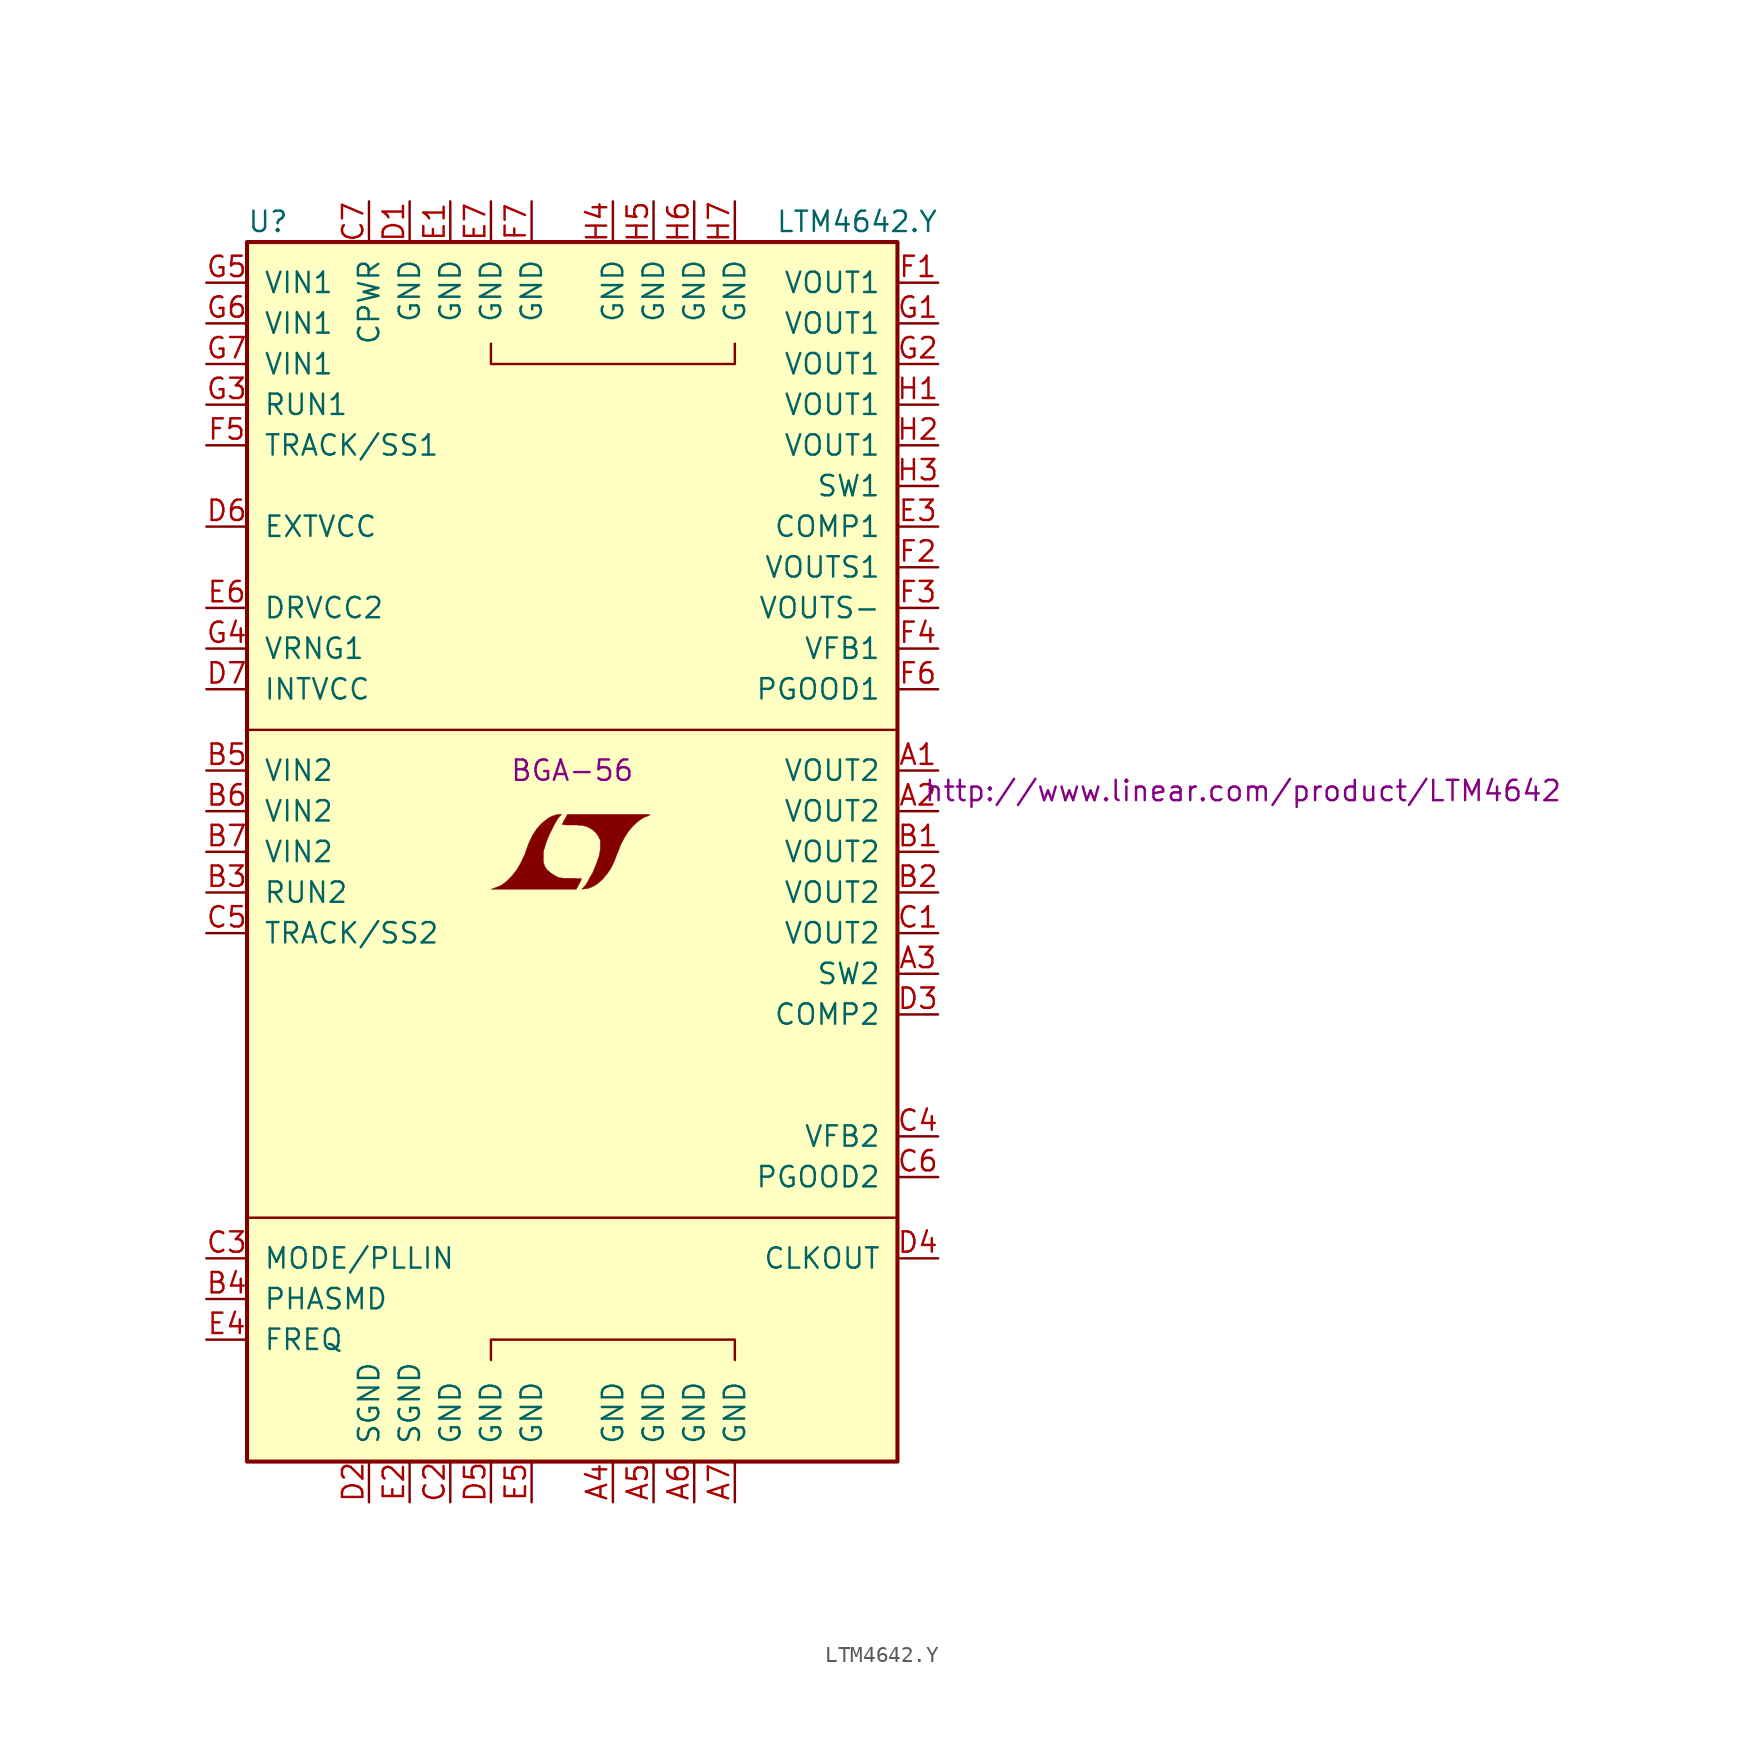
<source format=kicad_sym>
(kicad_symbol_lib
  (version 20201005)
  (generator kicad_symbol_editor)
  (symbol "LTM4642.Y"
    (pin_names
      (offset 1.016))
    (property "Reference" "U"
      (at -20.32 39.37 0)
      (effects (font (size 1.27 1.27)) (justify left)))
    (property "Value" "LTM4642.Y"
      (at 12.7 39.37 0)
      (effects (font (size 1.27 1.27)) (justify left)))
    (property "Footprint" "BGA-56"
      (at 0 5.08 0)
      (effects (font (size 1.27 1.27))))
    (property "Datasheet" "http://www.linear.com/product/LTM4642"
      (at 41.91 3.81 0)
      (effects (font (size 1.27 1.27))))
    (symbol "LTM4642.Y_0_0"
      (polyline (pts (xy 0.432 -2.007) (xy 0.457 -1.956) (xy 0.533 -1.829) (xy 0.559 -1.727) (xy 0.584 -1.676) (xy 0.305 -1.676) (xy 0.127 -1.651) (xy -0.559 -1.651) (xy -0.686 -1.626) (xy -0.787 -1.626) (xy -0.864 -1.6) (xy -1.067 -1.499) (xy -1.346 -1.321) (xy -1.575 -1.118) (xy -1.727 -0.889) (xy -1.753 -0.787) (xy -1.803 -0.66) (xy -1.803 -0.051) (xy -1.778 0.102) (xy -1.727 0.254) (xy -1.676 0.457) (xy -1.626 0.584) (xy -1.524 0.864) (xy -1.397 1.143) (xy -1.143 1.651) (xy -1.016 1.88) (xy -0.914 2.057) (xy -0.813 2.184) (xy -0.66 2.337) (xy -0.838 2.337) (xy -1.016 2.311) (xy -1.245 2.235) (xy -1.448 2.134) (xy -1.626 2.007) (xy -1.88 1.803) (xy -2.21 1.448) (xy -2.489 1.016) (xy -2.718 0.533) (xy -2.921 -0.025) (xy -2.946 -0.127) (xy -3.048 -0.33) (xy -3.15 -0.559) (xy -3.251 -0.762) (xy -3.48 -1.143) (xy -3.785 -1.524) (xy -4.089 -1.829) (xy -4.42 -2.083) (xy -4.775 -2.235) (xy -5.08 -2.337) (xy 0.254 -2.337) (xy 0.432 -2.007)) (stroke (width 0.025)) (fill (type outline)))
      (polyline (pts (xy 0.813 -2.311) (xy 0.991 -2.286) (xy 1.321 -2.159) (xy 1.626 -1.956) (xy 1.905 -1.702) (xy 2.184 -1.372) (xy 2.438 -0.991) (xy 2.642 -0.559) (xy 2.819 -0.076) (xy 2.845 -0.051) (xy 3.023 0.432) (xy 3.251 0.864) (xy 3.505 1.27) (xy 3.81 1.626) (xy 4.115 1.905) (xy 4.445 2.134) (xy 4.775 2.261) (xy 4.775 2.286) (xy 4.826 2.286) (xy 4.851 2.311) (xy 4.826 2.337) (xy -0.305 2.337) (xy -0.457 2.032) (xy -0.508 1.981) (xy -0.559 1.854) (xy -0.635 1.702) (xy -0.559 1.702) (xy -0.432 1.676) (xy 0.305 1.676) (xy 0.483 1.651) (xy 0.61 1.651) (xy 0.711 1.626) (xy 0.838 1.6) (xy 0.965 1.549) (xy 1.245 1.397) (xy 1.473 1.194) (xy 1.651 0.94) (xy 1.676 0.864) (xy 1.727 0.787) (xy 1.753 0.66) (xy 1.753 0.152) (xy 1.727 0) (xy 1.702 -0.127) (xy 1.676 -0.279) (xy 1.6 -0.483) (xy 1.524 -0.711) (xy 1.27 -1.321) (xy 1.118 -1.575) (xy 0.991 -1.829) (xy 0.864 -2.032) (xy 0.762 -2.159) (xy 0.584 -2.337) (xy 0.813 -2.311)) (stroke (width 0.025)) (fill (type outline))))
    (symbol "LTM4642.Y_0_1"
      (rectangle (start -20.32 38.1) (end 20.32 -38.1) (stroke (width 0.254)) (fill (type background)))
      (polyline (pts (xy -20.32 -22.86) (xy 20.32 -22.86)) (stroke (width 0)) (fill (type none)))
      (polyline (pts (xy -20.32 7.62) (xy 20.32 7.62)) (stroke (width 0)) (fill (type none)))
      (polyline (pts (xy -5.08 -31.75) (xy -5.08 -30.48) (xy 10.16 -30.48) (xy 10.16 -31.75)) (stroke (width 0)) (fill (type none)))
      (polyline (pts (xy -5.08 31.75) (xy -5.08 30.48) (xy 10.16 30.48) (xy 10.16 31.75)) (stroke (width 0)) (fill (type none))))
    (symbol "LTM4642.Y_1_1"
      (pin power_out line (at 22.86 5.08 180) (length 2.54) (name "VOUT2" (effects (font (size 1.27 1.27)))) (number "A1" (effects (font (size 1.27 1.27)))))
      (pin power_out line (at 22.86 2.54 180) (length 2.54) (name "VOUT2" (effects (font (size 1.27 1.27)))) (number "A2" (effects (font (size 1.27 1.27)))))
      (pin passive line (at 22.86 -7.62 180) (length 2.54) (name "SW2" (effects (font (size 1.27 1.27)))) (number "A3" (effects (font (size 1.27 1.27)))))
      (pin power_in line (at 2.54 -40.64 90) (length 2.54) (name "GND" (effects (font (size 1.27 1.27)))) (number "A4" (effects (font (size 1.27 1.27)))))
      (pin power_in line (at 5.08 -40.64 90) (length 2.54) (name "GND" (effects (font (size 1.27 1.27)))) (number "A5" (effects (font (size 1.27 1.27)))))
      (pin power_in line (at 7.62 -40.64 90) (length 2.54) (name "GND" (effects (font (size 1.27 1.27)))) (number "A6" (effects (font (size 1.27 1.27)))))
      (pin power_in line (at 10.16 -40.64 90) (length 2.54) (name "GND" (effects (font (size 1.27 1.27)))) (number "A7" (effects (font (size 1.27 1.27)))))
      (pin power_out line (at 22.86 0 180) (length 2.54) (name "VOUT2" (effects (font (size 1.27 1.27)))) (number "B1" (effects (font (size 1.27 1.27)))))
      (pin power_out line (at 22.86 -2.54 180) (length 2.54) (name "VOUT2" (effects (font (size 1.27 1.27)))) (number "B2" (effects (font (size 1.27 1.27)))))
      (pin input line (at -22.86 -2.54 0) (length 2.54) (name "RUN2" (effects (font (size 1.27 1.27)))) (number "B3" (effects (font (size 1.27 1.27)))))
      (pin input line (at -22.86 -27.94 0) (length 2.54) (name "PHASMD" (effects (font (size 1.27 1.27)))) (number "B4" (effects (font (size 1.27 1.27)))))
      (pin power_in line (at -22.86 5.08 0) (length 2.54) (name "VIN2" (effects (font (size 1.27 1.27)))) (number "B5" (effects (font (size 1.27 1.27)))))
      (pin power_in line (at -22.86 2.54 0) (length 2.54) (name "VIN2" (effects (font (size 1.27 1.27)))) (number "B6" (effects (font (size 1.27 1.27)))))
      (pin power_in line (at -22.86 0 0) (length 2.54) (name "VIN2" (effects (font (size 1.27 1.27)))) (number "B7" (effects (font (size 1.27 1.27)))))
      (pin power_out line (at 22.86 -5.08 180) (length 2.54) (name "VOUT2" (effects (font (size 1.27 1.27)))) (number "C1" (effects (font (size 1.27 1.27)))))
      (pin power_in line (at -7.62 -40.64 90) (length 2.54) (name "GND" (effects (font (size 1.27 1.27)))) (number "C2" (effects (font (size 1.27 1.27)))))
      (pin input line (at -22.86 -25.4 0) (length 2.54) (name "MODE/PLLIN" (effects (font (size 1.27 1.27)))) (number "C3" (effects (font (size 1.27 1.27)))))
      (pin passive line (at 22.86 -17.78 180) (length 2.54) (name "VFB2" (effects (font (size 1.27 1.27)))) (number "C4" (effects (font (size 1.27 1.27)))))
      (pin passive line (at -22.86 -5.08 0) (length 2.54) (name "TRACK/SS2" (effects (font (size 1.27 1.27)))) (number "C5" (effects (font (size 1.27 1.27)))))
      (pin open_collector line (at 22.86 -20.32 180) (length 2.54) (name "PGOOD2" (effects (font (size 1.27 1.27)))) (number "C6" (effects (font (size 1.27 1.27)))))
      (pin passive line (at -12.7 40.64 270) (length 2.54) (name "CPWR" (effects (font (size 1.27 1.27)))) (number "C7" (effects (font (size 1.27 1.27)))))
      (pin power_in line (at -10.16 40.64 270) (length 2.54) (name "GND" (effects (font (size 1.27 1.27)))) (number "D1" (effects (font (size 1.27 1.27)))))
      (pin power_in line (at -12.7 -40.64 90) (length 2.54) (name "SGND" (effects (font (size 1.27 1.27)))) (number "D2" (effects (font (size 1.27 1.27)))))
      (pin passive line (at 22.86 -10.16 180) (length 2.54) (name "COMP2" (effects (font (size 1.27 1.27)))) (number "D3" (effects (font (size 1.27 1.27)))))
      (pin output line (at 22.86 -25.4 180) (length 2.54) (name "CLKOUT" (effects (font (size 1.27 1.27)))) (number "D4" (effects (font (size 1.27 1.27)))))
      (pin power_in line (at -5.08 -40.64 90) (length 2.54) (name "GND" (effects (font (size 1.27 1.27)))) (number "D5" (effects (font (size 1.27 1.27)))))
      (pin passive line (at -22.86 20.32 0) (length 2.54) (name "EXTVCC" (effects (font (size 1.27 1.27)))) (number "D6" (effects (font (size 1.27 1.27)))))
      (pin passive line (at -22.86 10.16 0) (length 2.54) (name "INTVCC" (effects (font (size 1.27 1.27)))) (number "D7" (effects (font (size 1.27 1.27)))))
      (pin power_in line (at -7.62 40.64 270) (length 2.54) (name "GND" (effects (font (size 1.27 1.27)))) (number "E1" (effects (font (size 1.27 1.27)))))
      (pin power_in line (at -10.16 -40.64 90) (length 2.54) (name "SGND" (effects (font (size 1.27 1.27)))) (number "E2" (effects (font (size 1.27 1.27)))))
      (pin passive line (at 22.86 20.32 180) (length 2.54) (name "COMP1" (effects (font (size 1.27 1.27)))) (number "E3" (effects (font (size 1.27 1.27)))))
      (pin input line (at -22.86 -30.48 0) (length 2.54) (name "FREQ" (effects (font (size 1.27 1.27)))) (number "E4" (effects (font (size 1.27 1.27)))))
      (pin power_in line (at -2.54 -40.64 90) (length 2.54) (name "GND" (effects (font (size 1.27 1.27)))) (number "E5" (effects (font (size 1.27 1.27)))))
      (pin passive line (at -22.86 15.24 0) (length 2.54) (name "DRVCC2" (effects (font (size 1.27 1.27)))) (number "E6" (effects (font (size 1.27 1.27)))))
      (pin power_in line (at -5.08 40.64 270) (length 2.54) (name "GND" (effects (font (size 1.27 1.27)))) (number "E7" (effects (font (size 1.27 1.27)))))
      (pin power_out line (at 22.86 35.56 180) (length 2.54) (name "VOUT1" (effects (font (size 1.27 1.27)))) (number "F1" (effects (font (size 1.27 1.27)))))
      (pin power_out line (at 22.86 17.78 180) (length 2.54) (name "VOUTS1" (effects (font (size 1.27 1.27)))) (number "F2" (effects (font (size 1.27 1.27)))))
      (pin power_out line (at 22.86 15.24 180) (length 2.54) (name "VOUTS-" (effects (font (size 1.27 1.27)))) (number "F3" (effects (font (size 1.27 1.27)))))
      (pin passive line (at 22.86 12.7 180) (length 2.54) (name "VFB1" (effects (font (size 1.27 1.27)))) (number "F4" (effects (font (size 1.27 1.27)))))
      (pin passive line (at -22.86 25.4 0) (length 2.54) (name "TRACK/SS1" (effects (font (size 1.27 1.27)))) (number "F5" (effects (font (size 1.27 1.27)))))
      (pin open_collector line (at 22.86 10.16 180) (length 2.54) (name "PGOOD1" (effects (font (size 1.27 1.27)))) (number "F6" (effects (font (size 1.27 1.27)))))
      (pin power_in line (at -2.54 40.64 270) (length 2.54) (name "GND" (effects (font (size 1.27 1.27)))) (number "F7" (effects (font (size 1.27 1.27)))))
      (pin power_out line (at 22.86 33.02 180) (length 2.54) (name "VOUT1" (effects (font (size 1.27 1.27)))) (number "G1" (effects (font (size 1.27 1.27)))))
      (pin power_out line (at 22.86 30.48 180) (length 2.54) (name "VOUT1" (effects (font (size 1.27 1.27)))) (number "G2" (effects (font (size 1.27 1.27)))))
      (pin input line (at -22.86 27.94 0) (length 2.54) (name "RUN1" (effects (font (size 1.27 1.27)))) (number "G3" (effects (font (size 1.27 1.27)))))
      (pin passive line (at -22.86 12.7 0) (length 2.54) (name "VRNG1" (effects (font (size 1.27 1.27)))) (number "G4" (effects (font (size 1.27 1.27)))))
      (pin power_in line (at -22.86 35.56 0) (length 2.54) (name "VIN1" (effects (font (size 1.27 1.27)))) (number "G5" (effects (font (size 1.27 1.27)))))
      (pin power_in line (at -22.86 33.02 0) (length 2.54) (name "VIN1" (effects (font (size 1.27 1.27)))) (number "G6" (effects (font (size 1.27 1.27)))))
      (pin power_in line (at -22.86 30.48 0) (length 2.54) (name "VIN1" (effects (font (size 1.27 1.27)))) (number "G7" (effects (font (size 1.27 1.27)))))
      (pin power_out line (at 22.86 27.94 180) (length 2.54) (name "VOUT1" (effects (font (size 1.27 1.27)))) (number "H1" (effects (font (size 1.27 1.27)))))
      (pin power_out line (at 22.86 25.4 180) (length 2.54) (name "VOUT1" (effects (font (size 1.27 1.27)))) (number "H2" (effects (font (size 1.27 1.27)))))
      (pin passive line (at 22.86 22.86 180) (length 2.54) (name "SW1" (effects (font (size 1.27 1.27)))) (number "H3" (effects (font (size 1.27 1.27)))))
      (pin power_in line (at 2.54 40.64 270) (length 2.54) (name "GND" (effects (font (size 1.27 1.27)))) (number "H4" (effects (font (size 1.27 1.27)))))
      (pin power_in line (at 5.08 40.64 270) (length 2.54) (name "GND" (effects (font (size 1.27 1.27)))) (number "H5" (effects (font (size 1.27 1.27)))))
      (pin power_in line (at 7.62 40.64 270) (length 2.54) (name "GND" (effects (font (size 1.27 1.27)))) (number "H6" (effects (font (size 1.27 1.27)))))
      (pin power_in line (at 10.16 40.64 270) (length 2.54) (name "GND" (effects (font (size 1.27 1.27)))) (number "H7" (effects (font (size 1.27 1.27))))))))
</source>
